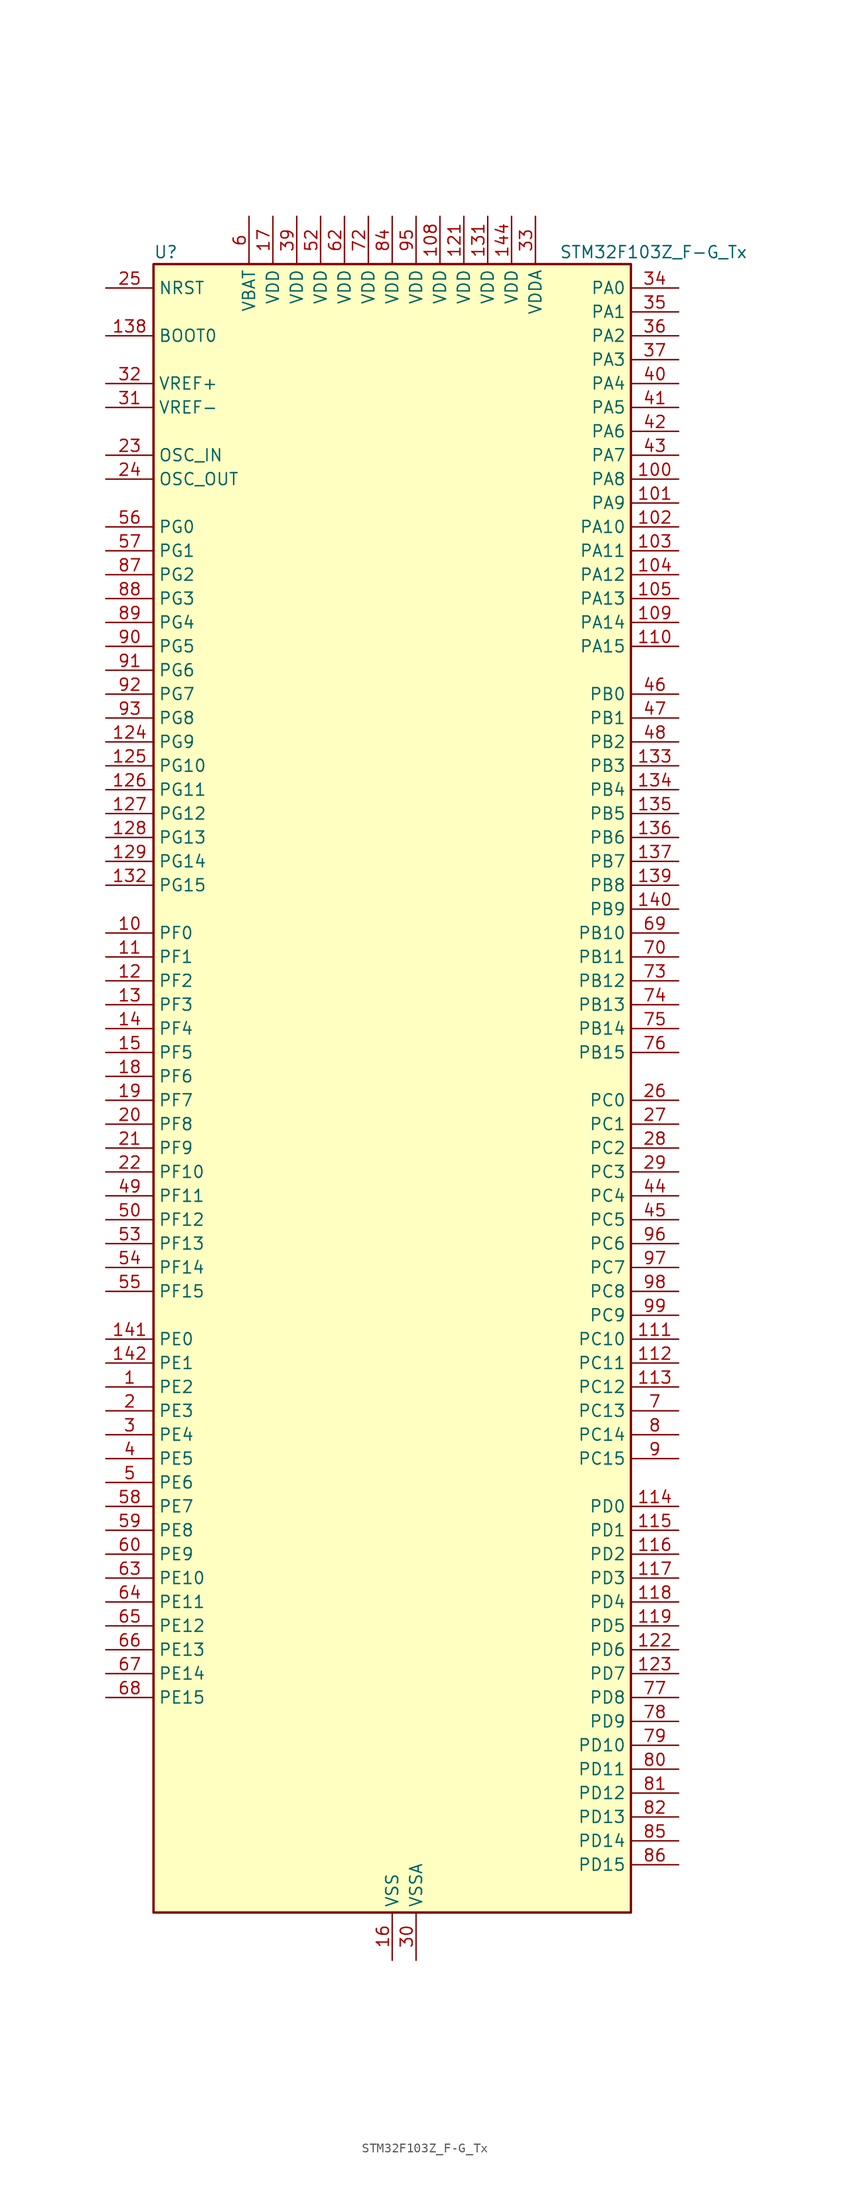
<source format=kicad_sym>
(kicad_symbol_lib
  (version 20231120)
  (generator "kicad_symbol_editor")
  (generator_version "8.0")
  (symbol "STM32F103Z_F-G_Tx"
    (property "Reference" "U"
      (at -25.4 90.17 0)
      (effects (font (size 1.27 1.27)) (justify left)))
    (property "Value" "STM32F103Z_F-G_Tx"
      (at 17.78 90.17 0)
      (effects (font (size 1.27 1.27)) (justify left)))
    (property "ki_locked" ""
      (at 0 0 0)
      (effects (font (size 1.27 1.27))))
    (symbol "STM32F103Z_F-G_Tx_0_1"
      (rectangle (start -25.4 -86.36) (end 25.4 88.9) (stroke (width 0.254) (type default)) (fill (type background))))
    (symbol "STM32F103Z_F-G_Tx_1_1"
      (pin bidirectional line (at -30.48 -30.48 0) (length 5.08) (name "PE2" (effects (font (size 1.27 1.27)))) (number "1" (effects (font (size 1.27 1.27)))) (alternate "FSMC_A23" bidirectional line) (alternate "SYS_TRACECLK" bidirectional line))
      (pin bidirectional line (at -30.48 17.78 0) (length 5.08) (name "PF0" (effects (font (size 1.27 1.27)))) (number "10" (effects (font (size 1.27 1.27)))) (alternate "FSMC_A0" bidirectional line))
      (pin bidirectional line (at 30.48 66.04 180) (length 5.08) (name "PA8" (effects (font (size 1.27 1.27)))) (number "100" (effects (font (size 1.27 1.27)))) (alternate "RCC_MCO" bidirectional line) (alternate "TIM1_CH1" bidirectional line) (alternate "USART1_CK" bidirectional line))
      (pin bidirectional line (at 30.48 63.5 180) (length 5.08) (name "PA9" (effects (font (size 1.27 1.27)))) (number "101" (effects (font (size 1.27 1.27)))) (alternate "DAC_EXTI9" bidirectional line) (alternate "TIM1_CH2" bidirectional line) (alternate "USART1_TX" bidirectional line))
      (pin bidirectional line (at 30.48 60.96 180) (length 5.08) (name "PA10" (effects (font (size 1.27 1.27)))) (number "102" (effects (font (size 1.27 1.27)))) (alternate "TIM1_CH3" bidirectional line) (alternate "USART1_RX" bidirectional line))
      (pin bidirectional line (at 30.48 58.42 180) (length 5.08) (name "PA11" (effects (font (size 1.27 1.27)))) (number "103" (effects (font (size 1.27 1.27)))) (alternate "ADC1_EXTI11" bidirectional line) (alternate "ADC2_EXTI11" bidirectional line) (alternate "CAN_RX" bidirectional line) (alternate "TIM1_CH4" bidirectional line) (alternate "USART1_CTS" bidirectional line) (alternate "USB_DM" bidirectional line))
      (pin bidirectional line (at 30.48 55.88 180) (length 5.08) (name "PA12" (effects (font (size 1.27 1.27)))) (number "104" (effects (font (size 1.27 1.27)))) (alternate "CAN_TX" bidirectional line) (alternate "TIM1_ETR" bidirectional line) (alternate "USART1_RTS" bidirectional line) (alternate "USB_DP" bidirectional line))
      (pin bidirectional line (at 30.48 53.34 180) (length 5.08) (name "PA13" (effects (font (size 1.27 1.27)))) (number "105" (effects (font (size 1.27 1.27)))) (alternate "SYS_JTMS-SWDIO" bidirectional line))
      (pin no_connect line (at -25.4 -86.36 0) (length 5.08) hide (name "NC" (effects (font (size 1.27 1.27)))) (number "106" (effects (font (size 1.27 1.27)))))
      (pin passive line (at 0 -91.44 90) (length 5.08) hide (name "VSS" (effects (font (size 1.27 1.27)))) (number "107" (effects (font (size 1.27 1.27)))))
      (pin power_in line (at 5.08 93.98 270) (length 5.08) (name "VDD" (effects (font (size 1.27 1.27)))) (number "108" (effects (font (size 1.27 1.27)))))
      (pin bidirectional line (at 30.48 50.8 180) (length 5.08) (name "PA14" (effects (font (size 1.27 1.27)))) (number "109" (effects (font (size 1.27 1.27)))) (alternate "SYS_JTCK-SWCLK" bidirectional line))
      (pin bidirectional line (at -30.48 15.24 0) (length 5.08) (name "PF1" (effects (font (size 1.27 1.27)))) (number "11" (effects (font (size 1.27 1.27)))) (alternate "FSMC_A1" bidirectional line))
      (pin bidirectional line (at 30.48 48.26 180) (length 5.08) (name "PA15" (effects (font (size 1.27 1.27)))) (number "110" (effects (font (size 1.27 1.27)))) (alternate "ADC1_EXTI15" bidirectional line) (alternate "ADC2_EXTI15" bidirectional line) (alternate "I2S3_WS" bidirectional line) (alternate "SPI1_NSS" bidirectional line) (alternate "SPI3_NSS" bidirectional line) (alternate "SYS_JTDI" bidirectional line) (alternate "TIM2_CH1" bidirectional line) (alternate "TIM2_ETR" bidirectional line))
      (pin bidirectional line (at 30.48 -25.4 180) (length 5.08) (name "PC10" (effects (font (size 1.27 1.27)))) (number "111" (effects (font (size 1.27 1.27)))) (alternate "SDIO_D2" bidirectional line) (alternate "UART4_TX" bidirectional line) (alternate "USART3_TX" bidirectional line))
      (pin bidirectional line (at 30.48 -27.94 180) (length 5.08) (name "PC11" (effects (font (size 1.27 1.27)))) (number "112" (effects (font (size 1.27 1.27)))) (alternate "ADC1_EXTI11" bidirectional line) (alternate "ADC2_EXTI11" bidirectional line) (alternate "SDIO_D3" bidirectional line) (alternate "UART4_RX" bidirectional line) (alternate "USART3_RX" bidirectional line))
      (pin bidirectional line (at 30.48 -30.48 180) (length 5.08) (name "PC12" (effects (font (size 1.27 1.27)))) (number "113" (effects (font (size 1.27 1.27)))) (alternate "SDIO_CK" bidirectional line) (alternate "UART5_TX" bidirectional line) (alternate "USART3_CK" bidirectional line))
      (pin bidirectional line (at 30.48 -43.18 180) (length 5.08) (name "PD0" (effects (font (size 1.27 1.27)))) (number "114" (effects (font (size 1.27 1.27)))) (alternate "CAN_RX" bidirectional line) (alternate "FSMC_D2" bidirectional line) (alternate "FSMC_DA2" bidirectional line))
      (pin bidirectional line (at 30.48 -45.72 180) (length 5.08) (name "PD1" (effects (font (size 1.27 1.27)))) (number "115" (effects (font (size 1.27 1.27)))) (alternate "CAN_TX" bidirectional line) (alternate "FSMC_D3" bidirectional line) (alternate "FSMC_DA3" bidirectional line))
      (pin bidirectional line (at 30.48 -48.26 180) (length 5.08) (name "PD2" (effects (font (size 1.27 1.27)))) (number "116" (effects (font (size 1.27 1.27)))) (alternate "SDIO_CMD" bidirectional line) (alternate "TIM3_ETR" bidirectional line) (alternate "UART5_RX" bidirectional line))
      (pin bidirectional line (at 30.48 -50.8 180) (length 5.08) (name "PD3" (effects (font (size 1.27 1.27)))) (number "117" (effects (font (size 1.27 1.27)))) (alternate "FSMC_CLK" bidirectional line) (alternate "USART2_CTS" bidirectional line))
      (pin bidirectional line (at 30.48 -53.34 180) (length 5.08) (name "PD4" (effects (font (size 1.27 1.27)))) (number "118" (effects (font (size 1.27 1.27)))) (alternate "FSMC_NOE" bidirectional line) (alternate "USART2_RTS" bidirectional line))
      (pin bidirectional line (at 30.48 -55.88 180) (length 5.08) (name "PD5" (effects (font (size 1.27 1.27)))) (number "119" (effects (font (size 1.27 1.27)))) (alternate "FSMC_NWE" bidirectional line) (alternate "USART2_TX" bidirectional line))
      (pin bidirectional line (at -30.48 12.7 0) (length 5.08) (name "PF2" (effects (font (size 1.27 1.27)))) (number "12" (effects (font (size 1.27 1.27)))) (alternate "FSMC_A2" bidirectional line))
      (pin passive line (at 0 -91.44 90) (length 5.08) hide (name "VSS" (effects (font (size 1.27 1.27)))) (number "120" (effects (font (size 1.27 1.27)))))
      (pin power_in line (at 7.62 93.98 270) (length 5.08) (name "VDD" (effects (font (size 1.27 1.27)))) (number "121" (effects (font (size 1.27 1.27)))))
      (pin bidirectional line (at 30.48 -58.42 180) (length 5.08) (name "PD6" (effects (font (size 1.27 1.27)))) (number "122" (effects (font (size 1.27 1.27)))) (alternate "FSMC_NWAIT" bidirectional line) (alternate "USART2_RX" bidirectional line))
      (pin bidirectional line (at 30.48 -60.96 180) (length 5.08) (name "PD7" (effects (font (size 1.27 1.27)))) (number "123" (effects (font (size 1.27 1.27)))) (alternate "FSMC_NCE2" bidirectional line) (alternate "FSMC_NE1" bidirectional line) (alternate "USART2_CK" bidirectional line))
      (pin bidirectional line (at -30.48 38.1 0) (length 5.08) (name "PG9" (effects (font (size 1.27 1.27)))) (number "124" (effects (font (size 1.27 1.27)))) (alternate "DAC_EXTI9" bidirectional line) (alternate "FSMC_NCE3" bidirectional line) (alternate "FSMC_NE2" bidirectional line))
      (pin bidirectional line (at -30.48 35.56 0) (length 5.08) (name "PG10" (effects (font (size 1.27 1.27)))) (number "125" (effects (font (size 1.27 1.27)))) (alternate "FSMC_NCE4_1" bidirectional line) (alternate "FSMC_NE3" bidirectional line))
      (pin bidirectional line (at -30.48 33.02 0) (length 5.08) (name "PG11" (effects (font (size 1.27 1.27)))) (number "126" (effects (font (size 1.27 1.27)))) (alternate "ADC1_EXTI11" bidirectional line) (alternate "ADC2_EXTI11" bidirectional line) (alternate "FSMC_NCE4_2" bidirectional line))
      (pin bidirectional line (at -30.48 30.48 0) (length 5.08) (name "PG12" (effects (font (size 1.27 1.27)))) (number "127" (effects (font (size 1.27 1.27)))) (alternate "FSMC_NE4" bidirectional line))
      (pin bidirectional line (at -30.48 27.94 0) (length 5.08) (name "PG13" (effects (font (size 1.27 1.27)))) (number "128" (effects (font (size 1.27 1.27)))) (alternate "FSMC_A24" bidirectional line))
      (pin bidirectional line (at -30.48 25.4 0) (length 5.08) (name "PG14" (effects (font (size 1.27 1.27)))) (number "129" (effects (font (size 1.27 1.27)))) (alternate "FSMC_A25" bidirectional line))
      (pin bidirectional line (at -30.48 10.16 0) (length 5.08) (name "PF3" (effects (font (size 1.27 1.27)))) (number "13" (effects (font (size 1.27 1.27)))) (alternate "FSMC_A3" bidirectional line))
      (pin passive line (at 0 -91.44 90) (length 5.08) hide (name "VSS" (effects (font (size 1.27 1.27)))) (number "130" (effects (font (size 1.27 1.27)))))
      (pin power_in line (at 10.16 93.98 270) (length 5.08) (name "VDD" (effects (font (size 1.27 1.27)))) (number "131" (effects (font (size 1.27 1.27)))))
      (pin bidirectional line (at -30.48 22.86 0) (length 5.08) (name "PG15" (effects (font (size 1.27 1.27)))) (number "132" (effects (font (size 1.27 1.27)))) (alternate "ADC1_EXTI15" bidirectional line) (alternate "ADC2_EXTI15" bidirectional line))
      (pin bidirectional line (at 30.48 35.56 180) (length 5.08) (name "PB3" (effects (font (size 1.27 1.27)))) (number "133" (effects (font (size 1.27 1.27)))) (alternate "I2S3_CK" bidirectional line) (alternate "SPI1_SCK" bidirectional line) (alternate "SPI3_SCK" bidirectional line) (alternate "SYS_JTDO-TRACESWO" bidirectional line) (alternate "TIM2_CH2" bidirectional line))
      (pin bidirectional line (at 30.48 33.02 180) (length 5.08) (name "PB4" (effects (font (size 1.27 1.27)))) (number "134" (effects (font (size 1.27 1.27)))) (alternate "SPI1_MISO" bidirectional line) (alternate "SPI3_MISO" bidirectional line) (alternate "SYS_NJTRST" bidirectional line) (alternate "TIM3_CH1" bidirectional line))
      (pin bidirectional line (at 30.48 30.48 180) (length 5.08) (name "PB5" (effects (font (size 1.27 1.27)))) (number "135" (effects (font (size 1.27 1.27)))) (alternate "I2C1_SMBA" bidirectional line) (alternate "I2S3_SD" bidirectional line) (alternate "SPI1_MOSI" bidirectional line) (alternate "SPI3_MOSI" bidirectional line) (alternate "TIM3_CH2" bidirectional line))
      (pin bidirectional line (at 30.48 27.94 180) (length 5.08) (name "PB6" (effects (font (size 1.27 1.27)))) (number "136" (effects (font (size 1.27 1.27)))) (alternate "I2C1_SCL" bidirectional line) (alternate "TIM4_CH1" bidirectional line) (alternate "USART1_TX" bidirectional line))
      (pin bidirectional line (at 30.48 25.4 180) (length 5.08) (name "PB7" (effects (font (size 1.27 1.27)))) (number "137" (effects (font (size 1.27 1.27)))) (alternate "FSMC_NL" bidirectional line) (alternate "I2C1_SDA" bidirectional line) (alternate "TIM4_CH2" bidirectional line) (alternate "USART1_RX" bidirectional line))
      (pin input line (at -30.48 81.28 0) (length 5.08) (name "BOOT0" (effects (font (size 1.27 1.27)))) (number "138" (effects (font (size 1.27 1.27)))))
      (pin bidirectional line (at 30.48 22.86 180) (length 5.08) (name "PB8" (effects (font (size 1.27 1.27)))) (number "139" (effects (font (size 1.27 1.27)))) (alternate "CAN_RX" bidirectional line) (alternate "I2C1_SCL" bidirectional line) (alternate "SDIO_D4" bidirectional line) (alternate "TIM10_CH1" bidirectional line) (alternate "TIM4_CH3" bidirectional line))
      (pin bidirectional line (at -30.48 7.62 0) (length 5.08) (name "PF4" (effects (font (size 1.27 1.27)))) (number "14" (effects (font (size 1.27 1.27)))) (alternate "FSMC_A4" bidirectional line))
      (pin bidirectional line (at 30.48 20.32 180) (length 5.08) (name "PB9" (effects (font (size 1.27 1.27)))) (number "140" (effects (font (size 1.27 1.27)))) (alternate "CAN_TX" bidirectional line) (alternate "DAC_EXTI9" bidirectional line) (alternate "I2C1_SDA" bidirectional line) (alternate "SDIO_D5" bidirectional line) (alternate "TIM11_CH1" bidirectional line) (alternate "TIM4_CH4" bidirectional line))
      (pin bidirectional line (at -30.48 -25.4 0) (length 5.08) (name "PE0" (effects (font (size 1.27 1.27)))) (number "141" (effects (font (size 1.27 1.27)))) (alternate "FSMC_NBL0" bidirectional line) (alternate "TIM4_ETR" bidirectional line))
      (pin bidirectional line (at -30.48 -27.94 0) (length 5.08) (name "PE1" (effects (font (size 1.27 1.27)))) (number "142" (effects (font (size 1.27 1.27)))) (alternate "FSMC_NBL1" bidirectional line))
      (pin passive line (at 0 -91.44 90) (length 5.08) hide (name "VSS" (effects (font (size 1.27 1.27)))) (number "143" (effects (font (size 1.27 1.27)))))
      (pin power_in line (at 12.7 93.98 270) (length 5.08) (name "VDD" (effects (font (size 1.27 1.27)))) (number "144" (effects (font (size 1.27 1.27)))))
      (pin bidirectional line (at -30.48 5.08 0) (length 5.08) (name "PF5" (effects (font (size 1.27 1.27)))) (number "15" (effects (font (size 1.27 1.27)))) (alternate "FSMC_A5" bidirectional line))
      (pin power_in line (at 0 -91.44 90) (length 5.08) (name "VSS" (effects (font (size 1.27 1.27)))) (number "16" (effects (font (size 1.27 1.27)))))
      (pin power_in line (at -12.7 93.98 270) (length 5.08) (name "VDD" (effects (font (size 1.27 1.27)))) (number "17" (effects (font (size 1.27 1.27)))))
      (pin bidirectional line (at -30.48 2.54 0) (length 5.08) (name "PF6" (effects (font (size 1.27 1.27)))) (number "18" (effects (font (size 1.27 1.27)))) (alternate "ADC3_IN4" bidirectional line) (alternate "FSMC_NIORD" bidirectional line) (alternate "TIM10_CH1" bidirectional line))
      (pin bidirectional line (at -30.48 0 0) (length 5.08) (name "PF7" (effects (font (size 1.27 1.27)))) (number "19" (effects (font (size 1.27 1.27)))) (alternate "ADC3_IN5" bidirectional line) (alternate "FSMC_NREG" bidirectional line) (alternate "TIM11_CH1" bidirectional line))
      (pin bidirectional line (at -30.48 -33.02 0) (length 5.08) (name "PE3" (effects (font (size 1.27 1.27)))) (number "2" (effects (font (size 1.27 1.27)))) (alternate "FSMC_A19" bidirectional line) (alternate "SYS_TRACED0" bidirectional line))
      (pin bidirectional line (at -30.48 -2.54 0) (length 5.08) (name "PF8" (effects (font (size 1.27 1.27)))) (number "20" (effects (font (size 1.27 1.27)))) (alternate "ADC3_IN6" bidirectional line) (alternate "FSMC_NIOWR" bidirectional line) (alternate "TIM13_CH1" bidirectional line))
      (pin bidirectional line (at -30.48 -5.08 0) (length 5.08) (name "PF9" (effects (font (size 1.27 1.27)))) (number "21" (effects (font (size 1.27 1.27)))) (alternate "ADC3_IN7" bidirectional line) (alternate "DAC_EXTI9" bidirectional line) (alternate "FSMC_CD" bidirectional line) (alternate "TIM14_CH1" bidirectional line))
      (pin bidirectional line (at -30.48 -7.62 0) (length 5.08) (name "PF10" (effects (font (size 1.27 1.27)))) (number "22" (effects (font (size 1.27 1.27)))) (alternate "ADC3_IN8" bidirectional line) (alternate "FSMC_INTR" bidirectional line))
      (pin input line (at -30.48 68.58 0) (length 5.08) (name "OSC_IN" (effects (font (size 1.27 1.27)))) (number "23" (effects (font (size 1.27 1.27)))) (alternate "RCC_OSC_IN" bidirectional line))
      (pin input line (at -30.48 66.04 0) (length 5.08) (name "OSC_OUT" (effects (font (size 1.27 1.27)))) (number "24" (effects (font (size 1.27 1.27)))) (alternate "RCC_OSC_OUT" bidirectional line))
      (pin input line (at -30.48 86.36 0) (length 5.08) (name "NRST" (effects (font (size 1.27 1.27)))) (number "25" (effects (font (size 1.27 1.27)))))
      (pin bidirectional line (at 30.48 0 180) (length 5.08) (name "PC0" (effects (font (size 1.27 1.27)))) (number "26" (effects (font (size 1.27 1.27)))) (alternate "ADC1_IN10" bidirectional line) (alternate "ADC2_IN10" bidirectional line) (alternate "ADC3_IN10" bidirectional line))
      (pin bidirectional line (at 30.48 -2.54 180) (length 5.08) (name "PC1" (effects (font (size 1.27 1.27)))) (number "27" (effects (font (size 1.27 1.27)))) (alternate "ADC1_IN11" bidirectional line) (alternate "ADC2_IN11" bidirectional line) (alternate "ADC3_IN11" bidirectional line))
      (pin bidirectional line (at 30.48 -5.08 180) (length 5.08) (name "PC2" (effects (font (size 1.27 1.27)))) (number "28" (effects (font (size 1.27 1.27)))) (alternate "ADC1_IN12" bidirectional line) (alternate "ADC2_IN12" bidirectional line) (alternate "ADC3_IN12" bidirectional line))
      (pin bidirectional line (at 30.48 -7.62 180) (length 5.08) (name "PC3" (effects (font (size 1.27 1.27)))) (number "29" (effects (font (size 1.27 1.27)))) (alternate "ADC1_IN13" bidirectional line) (alternate "ADC2_IN13" bidirectional line) (alternate "ADC3_IN13" bidirectional line))
      (pin bidirectional line (at -30.48 -35.56 0) (length 5.08) (name "PE4" (effects (font (size 1.27 1.27)))) (number "3" (effects (font (size 1.27 1.27)))) (alternate "FSMC_A20" bidirectional line) (alternate "SYS_TRACED1" bidirectional line))
      (pin power_in line (at 2.54 -91.44 90) (length 5.08) (name "VSSA" (effects (font (size 1.27 1.27)))) (number "30" (effects (font (size 1.27 1.27)))))
      (pin input line (at -30.48 73.66 0) (length 5.08) (name "VREF-" (effects (font (size 1.27 1.27)))) (number "31" (effects (font (size 1.27 1.27)))))
      (pin input line (at -30.48 76.2 0) (length 5.08) (name "VREF+" (effects (font (size 1.27 1.27)))) (number "32" (effects (font (size 1.27 1.27)))))
      (pin power_in line (at 15.24 93.98 270) (length 5.08) (name "VDDA" (effects (font (size 1.27 1.27)))) (number "33" (effects (font (size 1.27 1.27)))))
      (pin bidirectional line (at 30.48 86.36 180) (length 5.08) (name "PA0" (effects (font (size 1.27 1.27)))) (number "34" (effects (font (size 1.27 1.27)))) (alternate "ADC1_IN0" bidirectional line) (alternate "ADC2_IN0" bidirectional line) (alternate "ADC3_IN0" bidirectional line) (alternate "SYS_WKUP" bidirectional line) (alternate "TIM2_CH1" bidirectional line) (alternate "TIM2_ETR" bidirectional line) (alternate "TIM5_CH1" bidirectional line) (alternate "TIM8_ETR" bidirectional line) (alternate "USART2_CTS" bidirectional line))
      (pin bidirectional line (at 30.48 83.82 180) (length 5.08) (name "PA1" (effects (font (size 1.27 1.27)))) (number "35" (effects (font (size 1.27 1.27)))) (alternate "ADC1_IN1" bidirectional line) (alternate "ADC2_IN1" bidirectional line) (alternate "ADC3_IN1" bidirectional line) (alternate "TIM2_CH2" bidirectional line) (alternate "TIM5_CH2" bidirectional line) (alternate "USART2_RTS" bidirectional line))
      (pin bidirectional line (at 30.48 81.28 180) (length 5.08) (name "PA2" (effects (font (size 1.27 1.27)))) (number "36" (effects (font (size 1.27 1.27)))) (alternate "ADC1_IN2" bidirectional line) (alternate "ADC2_IN2" bidirectional line) (alternate "ADC3_IN2" bidirectional line) (alternate "TIM2_CH3" bidirectional line) (alternate "TIM5_CH3" bidirectional line) (alternate "TIM9_CH1" bidirectional line) (alternate "USART2_TX" bidirectional line))
      (pin bidirectional line (at 30.48 78.74 180) (length 5.08) (name "PA3" (effects (font (size 1.27 1.27)))) (number "37" (effects (font (size 1.27 1.27)))) (alternate "ADC1_IN3" bidirectional line) (alternate "ADC2_IN3" bidirectional line) (alternate "ADC3_IN3" bidirectional line) (alternate "TIM2_CH4" bidirectional line) (alternate "TIM5_CH4" bidirectional line) (alternate "TIM9_CH2" bidirectional line) (alternate "USART2_RX" bidirectional line))
      (pin passive line (at 0 -91.44 90) (length 5.08) hide (name "VSS" (effects (font (size 1.27 1.27)))) (number "38" (effects (font (size 1.27 1.27)))))
      (pin power_in line (at -10.16 93.98 270) (length 5.08) (name "VDD" (effects (font (size 1.27 1.27)))) (number "39" (effects (font (size 1.27 1.27)))))
      (pin bidirectional line (at -30.48 -38.1 0) (length 5.08) (name "PE5" (effects (font (size 1.27 1.27)))) (number "4" (effects (font (size 1.27 1.27)))) (alternate "FSMC_A21" bidirectional line) (alternate "SYS_TRACED2" bidirectional line) (alternate "TIM9_CH1" bidirectional line))
      (pin bidirectional line (at 30.48 76.2 180) (length 5.08) (name "PA4" (effects (font (size 1.27 1.27)))) (number "40" (effects (font (size 1.27 1.27)))) (alternate "ADC1_IN4" bidirectional line) (alternate "ADC2_IN4" bidirectional line) (alternate "DAC_OUT1" bidirectional line) (alternate "SPI1_NSS" bidirectional line) (alternate "USART2_CK" bidirectional line))
      (pin bidirectional line (at 30.48 73.66 180) (length 5.08) (name "PA5" (effects (font (size 1.27 1.27)))) (number "41" (effects (font (size 1.27 1.27)))) (alternate "ADC1_IN5" bidirectional line) (alternate "ADC2_IN5" bidirectional line) (alternate "DAC_OUT2" bidirectional line) (alternate "SPI1_SCK" bidirectional line))
      (pin bidirectional line (at 30.48 71.12 180) (length 5.08) (name "PA6" (effects (font (size 1.27 1.27)))) (number "42" (effects (font (size 1.27 1.27)))) (alternate "ADC1_IN6" bidirectional line) (alternate "ADC2_IN6" bidirectional line) (alternate "SPI1_MISO" bidirectional line) (alternate "TIM13_CH1" bidirectional line) (alternate "TIM1_BKIN" bidirectional line) (alternate "TIM3_CH1" bidirectional line) (alternate "TIM8_BKIN" bidirectional line))
      (pin bidirectional line (at 30.48 68.58 180) (length 5.08) (name "PA7" (effects (font (size 1.27 1.27)))) (number "43" (effects (font (size 1.27 1.27)))) (alternate "ADC1_IN7" bidirectional line) (alternate "ADC2_IN7" bidirectional line) (alternate "SPI1_MOSI" bidirectional line) (alternate "TIM14_CH1" bidirectional line) (alternate "TIM1_CH1N" bidirectional line) (alternate "TIM3_CH2" bidirectional line) (alternate "TIM8_CH1N" bidirectional line))
      (pin bidirectional line (at 30.48 -10.16 180) (length 5.08) (name "PC4" (effects (font (size 1.27 1.27)))) (number "44" (effects (font (size 1.27 1.27)))) (alternate "ADC1_IN14" bidirectional line) (alternate "ADC2_IN14" bidirectional line))
      (pin bidirectional line (at 30.48 -12.7 180) (length 5.08) (name "PC5" (effects (font (size 1.27 1.27)))) (number "45" (effects (font (size 1.27 1.27)))) (alternate "ADC1_IN15" bidirectional line) (alternate "ADC2_IN15" bidirectional line))
      (pin bidirectional line (at 30.48 43.18 180) (length 5.08) (name "PB0" (effects (font (size 1.27 1.27)))) (number "46" (effects (font (size 1.27 1.27)))) (alternate "ADC1_IN8" bidirectional line) (alternate "ADC2_IN8" bidirectional line) (alternate "TIM1_CH2N" bidirectional line) (alternate "TIM3_CH3" bidirectional line) (alternate "TIM8_CH2N" bidirectional line))
      (pin bidirectional line (at 30.48 40.64 180) (length 5.08) (name "PB1" (effects (font (size 1.27 1.27)))) (number "47" (effects (font (size 1.27 1.27)))) (alternate "ADC1_IN9" bidirectional line) (alternate "ADC2_IN9" bidirectional line) (alternate "TIM1_CH3N" bidirectional line) (alternate "TIM3_CH4" bidirectional line) (alternate "TIM8_CH3N" bidirectional line))
      (pin bidirectional line (at 30.48 38.1 180) (length 5.08) (name "PB2" (effects (font (size 1.27 1.27)))) (number "48" (effects (font (size 1.27 1.27)))))
      (pin bidirectional line (at -30.48 -10.16 0) (length 5.08) (name "PF11" (effects (font (size 1.27 1.27)))) (number "49" (effects (font (size 1.27 1.27)))) (alternate "ADC1_EXTI11" bidirectional line) (alternate "ADC2_EXTI11" bidirectional line) (alternate "FSMC_NIOS16" bidirectional line))
      (pin bidirectional line (at -30.48 -40.64 0) (length 5.08) (name "PE6" (effects (font (size 1.27 1.27)))) (number "5" (effects (font (size 1.27 1.27)))) (alternate "FSMC_A22" bidirectional line) (alternate "SYS_TRACED3" bidirectional line) (alternate "TIM9_CH2" bidirectional line))
      (pin bidirectional line (at -30.48 -12.7 0) (length 5.08) (name "PF12" (effects (font (size 1.27 1.27)))) (number "50" (effects (font (size 1.27 1.27)))) (alternate "FSMC_A6" bidirectional line))
      (pin passive line (at 0 -91.44 90) (length 5.08) hide (name "VSS" (effects (font (size 1.27 1.27)))) (number "51" (effects (font (size 1.27 1.27)))))
      (pin power_in line (at -7.62 93.98 270) (length 5.08) (name "VDD" (effects (font (size 1.27 1.27)))) (number "52" (effects (font (size 1.27 1.27)))))
      (pin bidirectional line (at -30.48 -15.24 0) (length 5.08) (name "PF13" (effects (font (size 1.27 1.27)))) (number "53" (effects (font (size 1.27 1.27)))) (alternate "FSMC_A7" bidirectional line))
      (pin bidirectional line (at -30.48 -17.78 0) (length 5.08) (name "PF14" (effects (font (size 1.27 1.27)))) (number "54" (effects (font (size 1.27 1.27)))) (alternate "FSMC_A8" bidirectional line))
      (pin bidirectional line (at -30.48 -20.32 0) (length 5.08) (name "PF15" (effects (font (size 1.27 1.27)))) (number "55" (effects (font (size 1.27 1.27)))) (alternate "ADC1_EXTI15" bidirectional line) (alternate "ADC2_EXTI15" bidirectional line) (alternate "FSMC_A9" bidirectional line))
      (pin bidirectional line (at -30.48 60.96 0) (length 5.08) (name "PG0" (effects (font (size 1.27 1.27)))) (number "56" (effects (font (size 1.27 1.27)))) (alternate "FSMC_A10" bidirectional line))
      (pin bidirectional line (at -30.48 58.42 0) (length 5.08) (name "PG1" (effects (font (size 1.27 1.27)))) (number "57" (effects (font (size 1.27 1.27)))) (alternate "FSMC_A11" bidirectional line))
      (pin bidirectional line (at -30.48 -43.18 0) (length 5.08) (name "PE7" (effects (font (size 1.27 1.27)))) (number "58" (effects (font (size 1.27 1.27)))) (alternate "FSMC_D4" bidirectional line) (alternate "FSMC_DA4" bidirectional line) (alternate "TIM1_ETR" bidirectional line))
      (pin bidirectional line (at -30.48 -45.72 0) (length 5.08) (name "PE8" (effects (font (size 1.27 1.27)))) (number "59" (effects (font (size 1.27 1.27)))) (alternate "FSMC_D5" bidirectional line) (alternate "FSMC_DA5" bidirectional line) (alternate "TIM1_CH1N" bidirectional line))
      (pin power_in line (at -15.24 93.98 270) (length 5.08) (name "VBAT" (effects (font (size 1.27 1.27)))) (number "6" (effects (font (size 1.27 1.27)))))
      (pin bidirectional line (at -30.48 -48.26 0) (length 5.08) (name "PE9" (effects (font (size 1.27 1.27)))) (number "60" (effects (font (size 1.27 1.27)))) (alternate "DAC_EXTI9" bidirectional line) (alternate "FSMC_D6" bidirectional line) (alternate "FSMC_DA6" bidirectional line) (alternate "TIM1_CH1" bidirectional line))
      (pin passive line (at 0 -91.44 90) (length 5.08) hide (name "VSS" (effects (font (size 1.27 1.27)))) (number "61" (effects (font (size 1.27 1.27)))))
      (pin power_in line (at -5.08 93.98 270) (length 5.08) (name "VDD" (effects (font (size 1.27 1.27)))) (number "62" (effects (font (size 1.27 1.27)))))
      (pin bidirectional line (at -30.48 -50.8 0) (length 5.08) (name "PE10" (effects (font (size 1.27 1.27)))) (number "63" (effects (font (size 1.27 1.27)))) (alternate "FSMC_D7" bidirectional line) (alternate "FSMC_DA7" bidirectional line) (alternate "TIM1_CH2N" bidirectional line))
      (pin bidirectional line (at -30.48 -53.34 0) (length 5.08) (name "PE11" (effects (font (size 1.27 1.27)))) (number "64" (effects (font (size 1.27 1.27)))) (alternate "ADC1_EXTI11" bidirectional line) (alternate "ADC2_EXTI11" bidirectional line) (alternate "FSMC_D8" bidirectional line) (alternate "FSMC_DA8" bidirectional line) (alternate "TIM1_CH2" bidirectional line))
      (pin bidirectional line (at -30.48 -55.88 0) (length 5.08) (name "PE12" (effects (font (size 1.27 1.27)))) (number "65" (effects (font (size 1.27 1.27)))) (alternate "FSMC_D9" bidirectional line) (alternate "FSMC_DA9" bidirectional line) (alternate "TIM1_CH3N" bidirectional line))
      (pin bidirectional line (at -30.48 -58.42 0) (length 5.08) (name "PE13" (effects (font (size 1.27 1.27)))) (number "66" (effects (font (size 1.27 1.27)))) (alternate "FSMC_D10" bidirectional line) (alternate "FSMC_DA10" bidirectional line) (alternate "TIM1_CH3" bidirectional line))
      (pin bidirectional line (at -30.48 -60.96 0) (length 5.08) (name "PE14" (effects (font (size 1.27 1.27)))) (number "67" (effects (font (size 1.27 1.27)))) (alternate "FSMC_D11" bidirectional line) (alternate "FSMC_DA11" bidirectional line) (alternate "TIM1_CH4" bidirectional line))
      (pin bidirectional line (at -30.48 -63.5 0) (length 5.08) (name "PE15" (effects (font (size 1.27 1.27)))) (number "68" (effects (font (size 1.27 1.27)))) (alternate "ADC1_EXTI15" bidirectional line) (alternate "ADC2_EXTI15" bidirectional line) (alternate "FSMC_D12" bidirectional line) (alternate "FSMC_DA12" bidirectional line) (alternate "TIM1_BKIN" bidirectional line))
      (pin bidirectional line (at 30.48 17.78 180) (length 5.08) (name "PB10" (effects (font (size 1.27 1.27)))) (number "69" (effects (font (size 1.27 1.27)))) (alternate "I2C2_SCL" bidirectional line) (alternate "TIM2_CH3" bidirectional line) (alternate "USART3_TX" bidirectional line))
      (pin bidirectional line (at 30.48 -33.02 180) (length 5.08) (name "PC13" (effects (font (size 1.27 1.27)))) (number "7" (effects (font (size 1.27 1.27)))) (alternate "RTC_OUT" bidirectional line) (alternate "RTC_TAMPER" bidirectional line))
      (pin bidirectional line (at 30.48 15.24 180) (length 5.08) (name "PB11" (effects (font (size 1.27 1.27)))) (number "70" (effects (font (size 1.27 1.27)))) (alternate "ADC1_EXTI11" bidirectional line) (alternate "ADC2_EXTI11" bidirectional line) (alternate "I2C2_SDA" bidirectional line) (alternate "TIM2_CH4" bidirectional line) (alternate "USART3_RX" bidirectional line))
      (pin passive line (at 0 -91.44 90) (length 5.08) hide (name "VSS" (effects (font (size 1.27 1.27)))) (number "71" (effects (font (size 1.27 1.27)))))
      (pin power_in line (at -2.54 93.98 270) (length 5.08) (name "VDD" (effects (font (size 1.27 1.27)))) (number "72" (effects (font (size 1.27 1.27)))))
      (pin bidirectional line (at 30.48 12.7 180) (length 5.08) (name "PB12" (effects (font (size 1.27 1.27)))) (number "73" (effects (font (size 1.27 1.27)))) (alternate "I2C2_SMBA" bidirectional line) (alternate "I2S2_WS" bidirectional line) (alternate "SPI2_NSS" bidirectional line) (alternate "TIM1_BKIN" bidirectional line) (alternate "USART3_CK" bidirectional line))
      (pin bidirectional line (at 30.48 10.16 180) (length 5.08) (name "PB13" (effects (font (size 1.27 1.27)))) (number "74" (effects (font (size 1.27 1.27)))) (alternate "I2S2_CK" bidirectional line) (alternate "SPI2_SCK" bidirectional line) (alternate "TIM1_CH1N" bidirectional line) (alternate "USART3_CTS" bidirectional line))
      (pin bidirectional line (at 30.48 7.62 180) (length 5.08) (name "PB14" (effects (font (size 1.27 1.27)))) (number "75" (effects (font (size 1.27 1.27)))) (alternate "SPI2_MISO" bidirectional line) (alternate "TIM12_CH1" bidirectional line) (alternate "TIM1_CH2N" bidirectional line) (alternate "USART3_RTS" bidirectional line))
      (pin bidirectional line (at 30.48 5.08 180) (length 5.08) (name "PB15" (effects (font (size 1.27 1.27)))) (number "76" (effects (font (size 1.27 1.27)))) (alternate "ADC1_EXTI15" bidirectional line) (alternate "ADC2_EXTI15" bidirectional line) (alternate "I2S2_SD" bidirectional line) (alternate "SPI2_MOSI" bidirectional line) (alternate "TIM12_CH2" bidirectional line) (alternate "TIM1_CH3N" bidirectional line))
      (pin bidirectional line (at 30.48 -63.5 180) (length 5.08) (name "PD8" (effects (font (size 1.27 1.27)))) (number "77" (effects (font (size 1.27 1.27)))) (alternate "FSMC_D13" bidirectional line) (alternate "FSMC_DA13" bidirectional line) (alternate "USART3_TX" bidirectional line))
      (pin bidirectional line (at 30.48 -66.04 180) (length 5.08) (name "PD9" (effects (font (size 1.27 1.27)))) (number "78" (effects (font (size 1.27 1.27)))) (alternate "DAC_EXTI9" bidirectional line) (alternate "FSMC_D14" bidirectional line) (alternate "FSMC_DA14" bidirectional line) (alternate "USART3_RX" bidirectional line))
      (pin bidirectional line (at 30.48 -68.58 180) (length 5.08) (name "PD10" (effects (font (size 1.27 1.27)))) (number "79" (effects (font (size 1.27 1.27)))) (alternate "FSMC_D15" bidirectional line) (alternate "FSMC_DA15" bidirectional line) (alternate "USART3_CK" bidirectional line))
      (pin bidirectional line (at 30.48 -35.56 180) (length 5.08) (name "PC14" (effects (font (size 1.27 1.27)))) (number "8" (effects (font (size 1.27 1.27)))) (alternate "RCC_OSC32_IN" bidirectional line))
      (pin bidirectional line (at 30.48 -71.12 180) (length 5.08) (name "PD11" (effects (font (size 1.27 1.27)))) (number "80" (effects (font (size 1.27 1.27)))) (alternate "ADC1_EXTI11" bidirectional line) (alternate "ADC2_EXTI11" bidirectional line) (alternate "FSMC_A16" bidirectional line) (alternate "FSMC_CLE" bidirectional line) (alternate "USART3_CTS" bidirectional line))
      (pin bidirectional line (at 30.48 -73.66 180) (length 5.08) (name "PD12" (effects (font (size 1.27 1.27)))) (number "81" (effects (font (size 1.27 1.27)))) (alternate "FSMC_A17" bidirectional line) (alternate "FSMC_ALE" bidirectional line) (alternate "TIM4_CH1" bidirectional line) (alternate "USART3_RTS" bidirectional line))
      (pin bidirectional line (at 30.48 -76.2 180) (length 5.08) (name "PD13" (effects (font (size 1.27 1.27)))) (number "82" (effects (font (size 1.27 1.27)))) (alternate "FSMC_A18" bidirectional line) (alternate "TIM4_CH2" bidirectional line))
      (pin passive line (at 0 -91.44 90) (length 5.08) hide (name "VSS" (effects (font (size 1.27 1.27)))) (number "83" (effects (font (size 1.27 1.27)))))
      (pin power_in line (at 0 93.98 270) (length 5.08) (name "VDD" (effects (font (size 1.27 1.27)))) (number "84" (effects (font (size 1.27 1.27)))))
      (pin bidirectional line (at 30.48 -78.74 180) (length 5.08) (name "PD14" (effects (font (size 1.27 1.27)))) (number "85" (effects (font (size 1.27 1.27)))) (alternate "FSMC_D0" bidirectional line) (alternate "FSMC_DA0" bidirectional line) (alternate "TIM4_CH3" bidirectional line))
      (pin bidirectional line (at 30.48 -81.28 180) (length 5.08) (name "PD15" (effects (font (size 1.27 1.27)))) (number "86" (effects (font (size 1.27 1.27)))) (alternate "ADC1_EXTI15" bidirectional line) (alternate "ADC2_EXTI15" bidirectional line) (alternate "FSMC_D1" bidirectional line) (alternate "FSMC_DA1" bidirectional line) (alternate "TIM4_CH4" bidirectional line))
      (pin bidirectional line (at -30.48 55.88 0) (length 5.08) (name "PG2" (effects (font (size 1.27 1.27)))) (number "87" (effects (font (size 1.27 1.27)))) (alternate "FSMC_A12" bidirectional line))
      (pin bidirectional line (at -30.48 53.34 0) (length 5.08) (name "PG3" (effects (font (size 1.27 1.27)))) (number "88" (effects (font (size 1.27 1.27)))) (alternate "FSMC_A13" bidirectional line))
      (pin bidirectional line (at -30.48 50.8 0) (length 5.08) (name "PG4" (effects (font (size 1.27 1.27)))) (number "89" (effects (font (size 1.27 1.27)))) (alternate "FSMC_A14" bidirectional line))
      (pin bidirectional line (at 30.48 -38.1 180) (length 5.08) (name "PC15" (effects (font (size 1.27 1.27)))) (number "9" (effects (font (size 1.27 1.27)))) (alternate "ADC1_EXTI15" bidirectional line) (alternate "ADC2_EXTI15" bidirectional line) (alternate "RCC_OSC32_OUT" bidirectional line))
      (pin bidirectional line (at -30.48 48.26 0) (length 5.08) (name "PG5" (effects (font (size 1.27 1.27)))) (number "90" (effects (font (size 1.27 1.27)))) (alternate "FSMC_A15" bidirectional line))
      (pin bidirectional line (at -30.48 45.72 0) (length 5.08) (name "PG6" (effects (font (size 1.27 1.27)))) (number "91" (effects (font (size 1.27 1.27)))) (alternate "FSMC_INT2" bidirectional line))
      (pin bidirectional line (at -30.48 43.18 0) (length 5.08) (name "PG7" (effects (font (size 1.27 1.27)))) (number "92" (effects (font (size 1.27 1.27)))) (alternate "FSMC_INT3" bidirectional line))
      (pin bidirectional line (at -30.48 40.64 0) (length 5.08) (name "PG8" (effects (font (size 1.27 1.27)))) (number "93" (effects (font (size 1.27 1.27)))))
      (pin passive line (at 0 -91.44 90) (length 5.08) hide (name "VSS" (effects (font (size 1.27 1.27)))) (number "94" (effects (font (size 1.27 1.27)))))
      (pin power_in line (at 2.54 93.98 270) (length 5.08) (name "VDD" (effects (font (size 1.27 1.27)))) (number "95" (effects (font (size 1.27 1.27)))))
      (pin bidirectional line (at 30.48 -15.24 180) (length 5.08) (name "PC6" (effects (font (size 1.27 1.27)))) (number "96" (effects (font (size 1.27 1.27)))) (alternate "I2S2_MCK" bidirectional line) (alternate "SDIO_D6" bidirectional line) (alternate "TIM3_CH1" bidirectional line) (alternate "TIM8_CH1" bidirectional line))
      (pin bidirectional line (at 30.48 -17.78 180) (length 5.08) (name "PC7" (effects (font (size 1.27 1.27)))) (number "97" (effects (font (size 1.27 1.27)))) (alternate "I2S3_MCK" bidirectional line) (alternate "SDIO_D7" bidirectional line) (alternate "TIM3_CH2" bidirectional line) (alternate "TIM8_CH2" bidirectional line))
      (pin bidirectional line (at 30.48 -20.32 180) (length 5.08) (name "PC8" (effects (font (size 1.27 1.27)))) (number "98" (effects (font (size 1.27 1.27)))) (alternate "SDIO_D0" bidirectional line) (alternate "TIM3_CH3" bidirectional line) (alternate "TIM8_CH3" bidirectional line))
      (pin bidirectional line (at 30.48 -22.86 180) (length 5.08) (name "PC9" (effects (font (size 1.27 1.27)))) (number "99" (effects (font (size 1.27 1.27)))) (alternate "DAC_EXTI9" bidirectional line) (alternate "SDIO_D1" bidirectional line) (alternate "TIM3_CH4" bidirectional line) (alternate "TIM8_CH4" bidirectional line)))))
</source>
